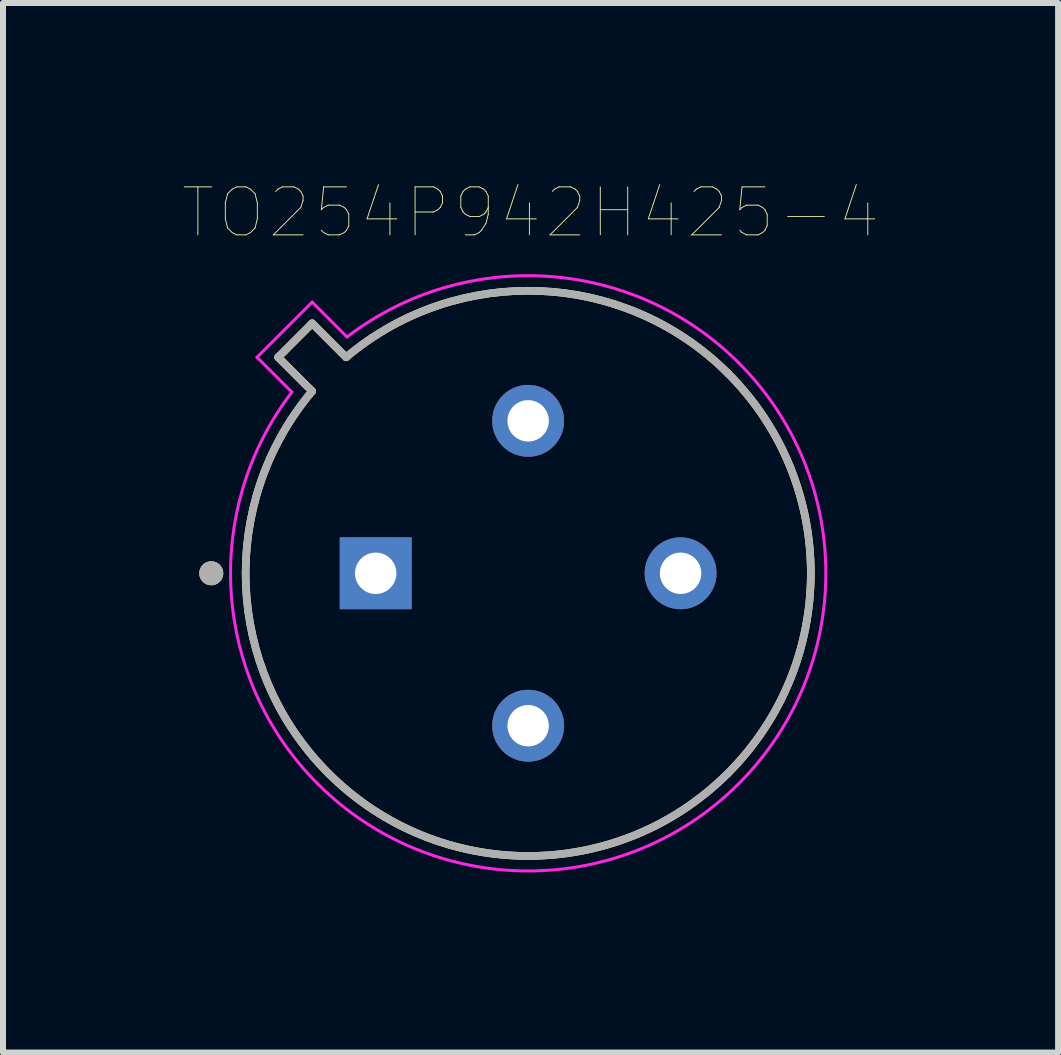
<source format=kicad_pcb>
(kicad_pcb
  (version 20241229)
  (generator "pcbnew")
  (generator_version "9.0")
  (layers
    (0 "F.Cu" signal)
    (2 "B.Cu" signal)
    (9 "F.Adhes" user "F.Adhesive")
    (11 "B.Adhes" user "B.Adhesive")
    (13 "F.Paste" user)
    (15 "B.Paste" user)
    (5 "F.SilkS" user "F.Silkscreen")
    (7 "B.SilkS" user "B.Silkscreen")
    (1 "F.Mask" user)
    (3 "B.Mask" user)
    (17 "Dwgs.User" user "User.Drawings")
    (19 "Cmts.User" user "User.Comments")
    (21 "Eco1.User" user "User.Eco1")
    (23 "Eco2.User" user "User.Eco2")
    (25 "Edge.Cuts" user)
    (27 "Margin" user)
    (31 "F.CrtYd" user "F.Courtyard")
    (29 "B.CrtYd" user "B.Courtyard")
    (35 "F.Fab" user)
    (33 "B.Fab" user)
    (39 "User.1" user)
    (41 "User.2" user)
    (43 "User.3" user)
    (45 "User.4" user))
  (footprint "TO254P942H425-4"
    (layer "F.Cu")
    (at 5.75 6.502)
    (property "Reference" "TO254P942H425-4" (at 0.04 -6.008 0) (layer "F.SilkS") (effects (font (size 0.8 0.8) (thickness 0.015))))
    (attr through_hole)
    (fp_line (start -4.165 -3.599) (end -3.599 -3.033) (stroke (width 0.127) (type solid)) (layer "F.SilkS"))
    (fp_line (start -3.599 -4.165) (end -4.165 -3.599) (stroke (width 0.127) (type solid)) (layer "F.SilkS"))
    (fp_line (start -3.033 -3.599) (end -3.599 -4.165) (stroke (width 0.127) (type solid)) (layer "F.SilkS"))
    (fp_arc (start -3.33047 3.33047) (mid -4.703039 0.20077) (end -3.599169 -3.03349) (stroke (width 0.127) (type solid)) (layer "F.SilkS"))
    (fp_arc (start -3.03349 -3.59917) (mid 0.200776 -4.703171) (end 3.33047 -3.330471) (stroke (width 0.127) (type solid)) (layer "F.SilkS"))
    (fp_arc (start 3.33047 -3.33047) (mid 4.709996 0) (end 3.33047 3.33047) (stroke (width 0.127) (type solid)) (layer "F.SilkS"))
    (fp_arc (start 3.33047 3.33047) (mid 0 4.709996) (end -3.33047 3.33047) (stroke (width 0.127) (type solid)) (layer "F.SilkS"))
    (fp_circle (center -5.28 0) (end -5.18 0) (stroke (width 0.2) (type solid)) (fill no) (layer "F.SilkS"))
    (fp_line (start -4.518 -3.599) (end -3.937 -3.018) (stroke (width 0.05) (type solid)) (layer "F.CrtYd"))
    (fp_line (start -3.599 -4.518) (end -4.518 -3.599) (stroke (width 0.05) (type solid)) (layer "F.CrtYd"))
    (fp_line (start -3.018 -3.937) (end -3.599 -4.518) (stroke (width 0.05) (type solid)) (layer "F.CrtYd"))
    (fp_arc (start -3.50725 3.50725) (mid -4.948366 0.325447) (end -3.937169 -3.01793) (stroke (width 0.05) (type solid)) (layer "F.CrtYd"))
    (fp_arc (start -3.01793 -3.93717) (mid 0.325445 -4.948339) (end 3.507249 -3.50725) (stroke (width 0.05) (type solid)) (layer "F.CrtYd"))
    (fp_arc (start 3.50725 -3.50725) (mid 4.960001 0) (end 3.50725 3.50725) (stroke (width 0.05) (type solid)) (layer "F.CrtYd"))
    (fp_arc (start 3.50725 3.50725) (mid 0 4.960001) (end -3.50725 3.50725) (stroke (width 0.05) (type solid)) (layer "F.CrtYd"))
    (fp_line (start -4.165 -3.599) (end -3.599 -3.033) (stroke (width 0.127) (type solid)) (layer "F.Fab"))
    (fp_line (start -3.599 -4.165) (end -4.165 -3.599) (stroke (width 0.127) (type solid)) (layer "F.Fab"))
    (fp_line (start -3.033 -3.599) (end -3.599 -4.165) (stroke (width 0.127) (type solid)) (layer "F.Fab"))
    (fp_arc (start -3.33047 3.33047) (mid -4.703039 0.20077) (end -3.599169 -3.03349) (stroke (width 0.127) (type solid)) (layer "F.Fab"))
    (fp_arc (start -3.03349 -3.59917) (mid 0.200776 -4.703171) (end 3.33047 -3.330471) (stroke (width 0.127) (type solid)) (layer "F.Fab"))
    (fp_arc (start 3.33047 -3.33047) (mid 4.709996 0) (end 3.33047 3.33047) (stroke (width 0.127) (type solid)) (layer "F.Fab"))
    (fp_arc (start 3.33047 3.33047) (mid 0 4.709996) (end -3.33047 3.33047) (stroke (width 0.127) (type solid)) (layer "F.Fab"))
    (fp_circle (center -5.28 0) (end -5.18 0) (stroke (width 0.2) (type solid)) (fill no) (layer "F.Fab"))
    (pad "1" thru_hole rect (at -2.54 0) (size 1.198 1.198) (drill 0.69) (layers "*.Cu" "*.Mask"))
    (pad "2" thru_hole circle (at 0 2.54) (size 1.198 1.198) (drill 0.69) (layers "*.Cu" "*.Mask"))
    (pad "3" thru_hole circle (at 2.54 0) (size 1.198 1.198) (drill 0.69) (layers "*.Cu" "*.Mask"))
    (pad "4" thru_hole circle (at 0 -2.54) (size 1.198 1.198) (drill 0.69) (layers "*.Cu" "*.Mask")))
  (gr_rect
    (start -3 -3)
    (end 14.58 14.487)
    (stroke (width 0.1) (type default))
    (fill no)
    (layer "Edge.Cuts")))
</source>
